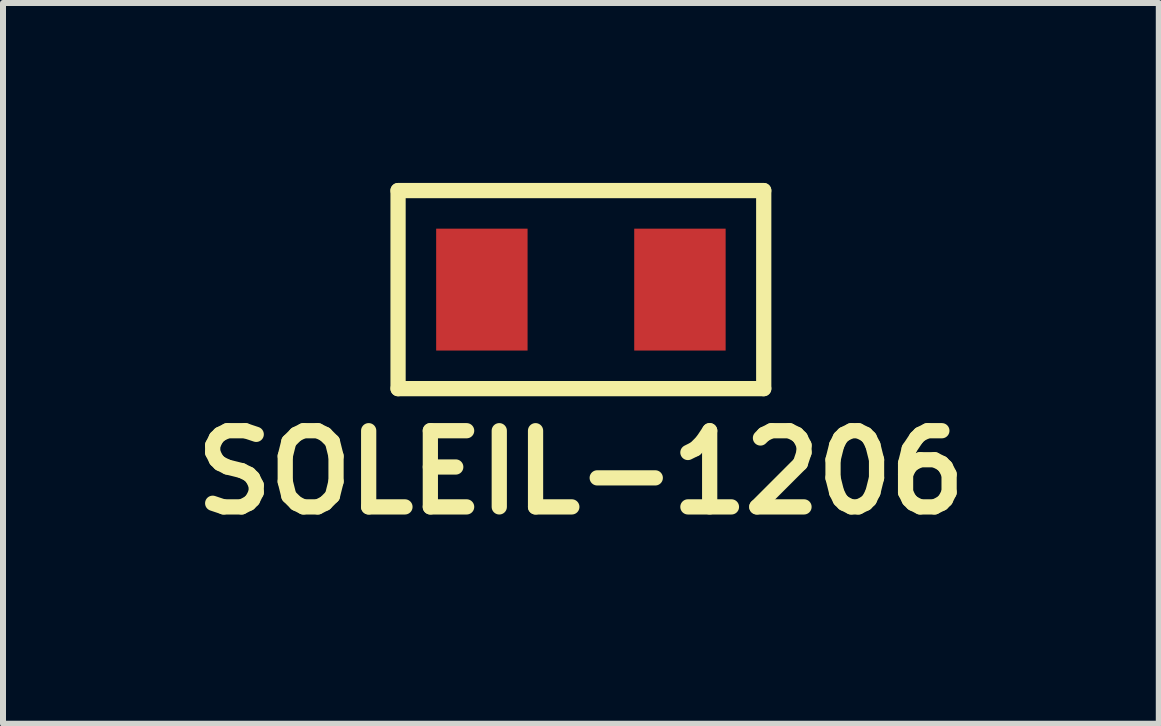
<source format=kicad_pcb>
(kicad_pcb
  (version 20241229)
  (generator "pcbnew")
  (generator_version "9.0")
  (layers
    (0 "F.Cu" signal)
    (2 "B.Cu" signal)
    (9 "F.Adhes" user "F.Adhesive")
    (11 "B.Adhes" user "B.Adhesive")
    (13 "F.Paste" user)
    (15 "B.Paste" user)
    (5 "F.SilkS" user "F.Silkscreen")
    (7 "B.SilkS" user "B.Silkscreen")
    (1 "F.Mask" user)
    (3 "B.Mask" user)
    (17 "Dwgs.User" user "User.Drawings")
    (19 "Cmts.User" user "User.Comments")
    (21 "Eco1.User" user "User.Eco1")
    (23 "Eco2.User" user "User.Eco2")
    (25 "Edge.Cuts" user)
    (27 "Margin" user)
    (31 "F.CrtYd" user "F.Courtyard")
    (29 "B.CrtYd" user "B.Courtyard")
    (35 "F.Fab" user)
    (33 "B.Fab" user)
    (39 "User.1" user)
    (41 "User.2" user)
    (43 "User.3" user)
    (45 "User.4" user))
  (footprint "SOLEIL-1206"
    (layer "F.Cu")
    (at 4.983 1.778)
    (property "Reference" "SOLEIL-1206" (at 1.651 3.048 0) (layer "F.SilkS") (effects (font (size 1.27 1.27) (thickness 0.254))))
    (attr smd)
    (fp_line (start -1.397 -1.651) (end 4.699 -1.651) (stroke (width 0.254) (type solid)) (layer "F.SilkS"))
    (fp_line (start -1.397 1.651) (end -1.397 -1.651) (stroke (width 0.254) (type solid)) (layer "F.SilkS"))
    (fp_line (start 4.699 -1.651) (end 4.699 1.651) (stroke (width 0.254) (type solid)) (layer "F.SilkS"))
    (fp_line (start 4.699 1.651) (end -1.397 1.651) (stroke (width 0.254) (type solid)) (layer "F.SilkS"))
    (pad "1" smd rect (at 0 0) (size 1.524 2.032) (layers "F.Cu" "F.Mask" "F.Paste"))
    (pad "2" smd rect (at 3.302 0) (size 1.524 2.032) (layers "F.Cu" "F.Mask" "F.Paste")))
  (gr_rect
    (start -3 -3)
    (end 16.268 9.015)
    (stroke (width 0.1) (type default))
    (fill no)
    (layer "Edge.Cuts")))
</source>
